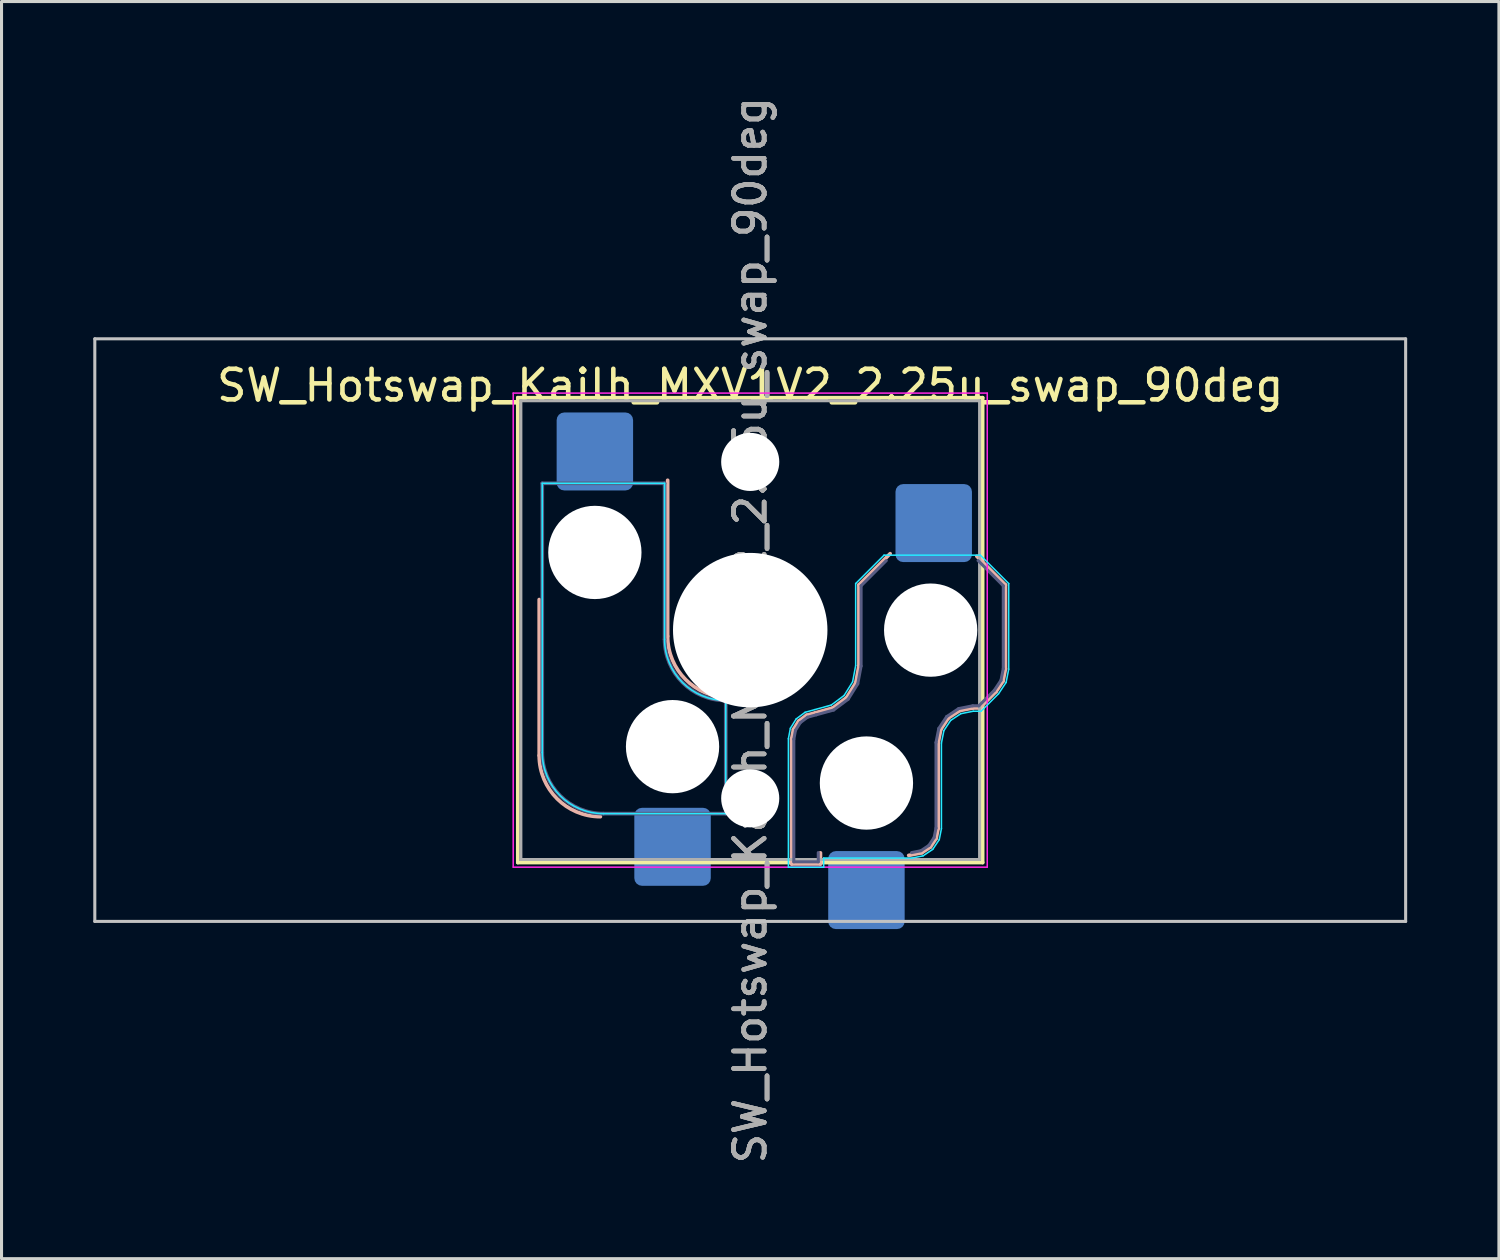
<source format=kicad_pcb>
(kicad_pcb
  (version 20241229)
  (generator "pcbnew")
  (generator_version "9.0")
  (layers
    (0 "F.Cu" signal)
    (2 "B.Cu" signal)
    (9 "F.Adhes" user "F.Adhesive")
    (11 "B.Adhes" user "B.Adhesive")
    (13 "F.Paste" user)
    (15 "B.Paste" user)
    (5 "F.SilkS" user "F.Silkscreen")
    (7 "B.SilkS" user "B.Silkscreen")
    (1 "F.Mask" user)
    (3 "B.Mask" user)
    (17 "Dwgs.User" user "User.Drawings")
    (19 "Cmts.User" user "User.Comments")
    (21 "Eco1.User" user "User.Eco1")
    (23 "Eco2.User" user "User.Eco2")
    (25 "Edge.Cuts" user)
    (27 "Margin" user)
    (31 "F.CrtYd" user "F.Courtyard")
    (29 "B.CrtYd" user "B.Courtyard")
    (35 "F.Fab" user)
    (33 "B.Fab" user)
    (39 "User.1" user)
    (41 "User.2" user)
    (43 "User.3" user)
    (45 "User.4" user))
  (footprint "SW_Hotswap_Kailh_MXV1V2_2.25u_swap_90deg"
    (layer "F.Cu")
    (at 21.481 17.554)
    (property "Reference" "SW_Hotswap_Kailh_MXV1V2_2.25u_swap_90deg" (at 0 -8 0) (layer "F.SilkS") (effects (font (size 1 1) (thickness 0.15))))
    (attr smd)
    (fp_line (start -7.6 -7.6) (end -7.6 7.6) (stroke (width 0.12) (type solid)) (layer "F.SilkS"))
    (fp_line (start -7.6 7.6) (end 7.6 7.6) (stroke (width 0.12) (type solid)) (layer "F.SilkS"))
    (fp_line (start 7.6 -7.6) (end -7.6 -7.6) (stroke (width 0.12) (type solid)) (layer "F.SilkS"))
    (fp_line (start 7.6 7.6) (end 7.6 -7.6) (stroke (width 0.12) (type solid)) (layer "F.SilkS"))
    (fp_line (start -6.9 4.1) (end -6.9 -1) (stroke (width 0.12) (type solid)) (layer "B.SilkS"))
    (fp_line (start -2.7 0.2) (end -2.7 -4.9) (stroke (width 0.12) (type solid)) (layer "B.SilkS"))
    (fp_line (start 1.354 3.56) (end 1.413 3.25) (stroke (width 0.12) (type solid)) (layer "B.SilkS"))
    (fp_line (start 1.354 7.646) (end 1.354 3.56) (stroke (width 0.12) (type solid)) (layer "B.SilkS"))
    (fp_line (start 1.413 3.25) (end 1.583 2.976) (stroke (width 0.12) (type solid)) (layer "B.SilkS"))
    (fp_line (start 1.583 2.976) (end 1.841 2.783) (stroke (width 0.12) (type solid)) (layer "B.SilkS"))
    (fp_line (start 1.841 2.783) (end 2.139 2.701) (stroke (width 0.12) (type solid)) (layer "B.SilkS"))
    (fp_line (start 2.139 2.701) (end 2.697 2.547) (stroke (width 0.12) (type solid)) (layer "B.SilkS"))
    (fp_line (start 2.296 7.283) (end 2.296 7.646) (stroke (width 0.12) (type solid)) (layer "B.SilkS"))
    (fp_line (start 2.296 7.646) (end 1.354 7.646) (stroke (width 0.12) (type solid)) (layer "B.SilkS"))
    (fp_line (start 2.697 2.547) (end 3.15 2.209) (stroke (width 0.12) (type solid)) (layer "B.SilkS"))
    (fp_line (start 3.15 2.209) (end 3.449 1.73) (stroke (width 0.12) (type solid)) (layer "B.SilkS"))
    (fp_line (start 3.449 1.73) (end 3.554 1.168) (stroke (width 0.12) (type solid)) (layer "B.SilkS"))
    (fp_line (start 3.554 -1.479) (end 4.575 -2.5) (stroke (width 0.12) (type solid)) (layer "B.SilkS"))
    (fp_line (start 3.554 1.168) (end 3.554 -1.479) (stroke (width 0.12) (type solid)) (layer "B.SilkS"))
    (fp_line (start 5.609 7.281) (end 5.182 7.366) (stroke (width 0.12) (type solid)) (layer "B.SilkS"))
    (fp_line (start 5.892 7.092) (end 5.609 7.281) (stroke (width 0.12) (type solid)) (layer "B.SilkS"))
    (fp_line (start 6.081 6.809) (end 5.892 7.092) (stroke (width 0.12) (type solid)) (layer "B.SilkS"))
    (fp_line (start 6.146 3.682) (end 6.146 6.482) (stroke (width 0.12) (type solid)) (layer "B.SilkS"))
    (fp_line (start 6.146 6.482) (end 6.081 6.809) (stroke (width 0.12) (type solid)) (layer "B.SilkS"))
    (fp_line (start 6.233 3.244) (end 6.146 3.682) (stroke (width 0.12) (type solid)) (layer "B.SilkS"))
    (fp_line (start 6.477 2.877) (end 6.233 3.244) (stroke (width 0.12) (type solid)) (layer "B.SilkS"))
    (fp_line (start 6.844 2.633) (end 6.477 2.877) (stroke (width 0.12) (type solid)) (layer "B.SilkS"))
    (fp_line (start 7.282 2.546) (end 6.844 2.633) (stroke (width 0.12) (type solid)) (layer "B.SilkS"))
    (fp_line (start 7.409 -2.416) (end 8.346 -1.479) (stroke (width 0.12) (type solid)) (layer "B.SilkS"))
    (fp_line (start 7.504 2.546) (end 7.282 2.546) (stroke (width 0.12) (type solid)) (layer "B.SilkS"))
    (fp_line (start 8.037 2.013) (end 7.504 2.546) (stroke (width 0.12) (type solid)) (layer "B.SilkS"))
    (fp_line (start 8.266 1.671) (end 8.037 2.013) (stroke (width 0.12) (type solid)) (layer "B.SilkS"))
    (fp_line (start 8.346 -1.479) (end 8.346 1.268) (stroke (width 0.12) (type solid)) (layer "B.SilkS"))
    (fp_line (start 8.346 1.268) (end 8.266 1.671) (stroke (width 0.12) (type solid)) (layer "B.SilkS"))
    (fp_arc (start -4.9 6.1) (mid -6.314214 5.514214) (end -6.9 4.1) (stroke (width 0.12) (type solid)) (layer "B.SilkS"))
    (fp_arc (start -0.7 2.2) (mid -2.114214 1.614214) (end -2.7 0.2) (stroke (width 0.12) (type solid)) (layer "B.SilkS"))
    (fp_line (start -21.431 -9.525) (end -21.431 9.525) (stroke (width 0.1) (type solid)) (layer "Dwgs.User"))
    (fp_line (start -21.431 9.525) (end 21.431 9.525) (stroke (width 0.1) (type solid)) (layer "Dwgs.User"))
    (fp_line (start 21.431 -9.525) (end -21.431 -9.525) (stroke (width 0.1) (type solid)) (layer "Dwgs.User"))
    (fp_line (start 21.431 9.525) (end 21.431 -9.525) (stroke (width 0.1) (type solid)) (layer "Dwgs.User"))
    (fp_line (start -6.8 -4.8) (end -2.8 -4.8) (stroke (width 0.05) (type solid)) (layer "B.CrtYd"))
    (fp_line (start -6.8 4) (end -6.8 -4.8) (stroke (width 0.05) (type solid)) (layer "B.CrtYd"))
    (fp_line (start -2.8 0.3) (end -2.8 -4.8) (stroke (width 0.05) (type solid)) (layer "B.CrtYd"))
    (fp_line (start -0.8 6) (end -4.8 6) (stroke (width 0.05) (type solid)) (layer "B.CrtYd"))
    (fp_line (start -0.8 6) (end -0.8 2.3) (stroke (width 0.05) (type solid)) (layer "B.CrtYd"))
    (fp_line (start 1.248 3.55) (end 1.312 3.211) (stroke (width 0.05) (type solid)) (layer "B.CrtYd"))
    (fp_line (start 1.248 7.752) (end 1.248 3.55) (stroke (width 0.05) (type solid)) (layer "B.CrtYd"))
    (fp_line (start 1.312 3.211) (end 1.503 2.903) (stroke (width 0.05) (type solid)) (layer "B.CrtYd"))
    (fp_line (start 1.503 2.903) (end 1.794 2.687) (stroke (width 0.05) (type solid)) (layer "B.CrtYd"))
    (fp_line (start 1.794 2.687) (end 2.111 2.599) (stroke (width 0.05) (type solid)) (layer "B.CrtYd"))
    (fp_line (start 2.111 2.599) (end 2.65 2.45) (stroke (width 0.05) (type solid)) (layer "B.CrtYd"))
    (fp_line (start 2.402 7.452) (end 2.402 7.752) (stroke (width 0.05) (type solid)) (layer "B.CrtYd"))
    (fp_line (start 2.402 7.752) (end 1.248 7.752) (stroke (width 0.05) (type solid)) (layer "B.CrtYd"))
    (fp_line (start 2.65 2.45) (end 3.071 2.136) (stroke (width 0.05) (type solid)) (layer "B.CrtYd"))
    (fp_line (start 3.071 2.136) (end 3.348 1.691) (stroke (width 0.05) (type solid)) (layer "B.CrtYd"))
    (fp_line (start 3.348 1.691) (end 3.448 1.159) (stroke (width 0.05) (type solid)) (layer "B.CrtYd"))
    (fp_line (start 3.448 -1.523) (end 4.377 -2.452) (stroke (width 0.05) (type solid)) (layer "B.CrtYd"))
    (fp_line (start 3.448 1.159) (end 3.448 -1.523) (stroke (width 0.05) (type solid)) (layer "B.CrtYd"))
    (fp_line (start 4.377 -2.452) (end 7.523 -2.452) (stroke (width 0.05) (type solid)) (layer "B.CrtYd"))
    (fp_line (start 5.292 7.452) (end 2.402 7.452) (stroke (width 0.05) (type solid)) (layer "B.CrtYd"))
    (fp_line (start 5.65 7.381) (end 5.292 7.452) (stroke (width 0.05) (type solid)) (layer "B.CrtYd"))
    (fp_line (start 5.968 7.168) (end 5.65 7.381) (stroke (width 0.05) (type solid)) (layer "B.CrtYd"))
    (fp_line (start 6.181 6.85) (end 5.968 7.168) (stroke (width 0.05) (type solid)) (layer "B.CrtYd"))
    (fp_line (start 6.252 3.692) (end 6.252 6.492) (stroke (width 0.05) (type solid)) (layer "B.CrtYd"))
    (fp_line (start 6.252 6.492) (end 6.181 6.85) (stroke (width 0.05) (type solid)) (layer "B.CrtYd"))
    (fp_line (start 6.333 3.285) (end 6.252 3.692) (stroke (width 0.05) (type solid)) (layer "B.CrtYd"))
    (fp_line (start 6.553 2.953) (end 6.333 3.285) (stroke (width 0.05) (type solid)) (layer "B.CrtYd"))
    (fp_line (start 6.885 2.733) (end 6.553 2.953) (stroke (width 0.05) (type solid)) (layer "B.CrtYd"))
    (fp_line (start 7.292 2.652) (end 6.885 2.733) (stroke (width 0.05) (type solid)) (layer "B.CrtYd"))
    (fp_line (start 7.523 -2.452) (end 8.452 -1.523) (stroke (width 0.05) (type solid)) (layer "B.CrtYd"))
    (fp_line (start 7.548 2.652) (end 7.292 2.652) (stroke (width 0.05) (type solid)) (layer "B.CrtYd"))
    (fp_line (start 8.119 2.081) (end 7.548 2.652) (stroke (width 0.05) (type solid)) (layer "B.CrtYd"))
    (fp_line (start 8.366 1.712) (end 8.119 2.081) (stroke (width 0.05) (type solid)) (layer "B.CrtYd"))
    (fp_line (start 8.452 -1.523) (end 8.452 1.278) (stroke (width 0.05) (type solid)) (layer "B.CrtYd"))
    (fp_line (start 8.452 1.278) (end 8.366 1.712) (stroke (width 0.05) (type solid)) (layer "B.CrtYd"))
    (fp_arc (start -4.8 6) (mid -6.214214 5.414214) (end -6.8 4) (stroke (width 0.05) (type solid)) (layer "B.CrtYd"))
    (fp_arc (start -0.8 2.3) (mid -2.214214 1.714214) (end -2.8 0.3) (stroke (width 0.05) (type solid)) (layer "B.CrtYd"))
    (fp_line (start -7.75 -7.75) (end -7.75 7.75) (stroke (width 0.05) (type solid)) (layer "F.CrtYd"))
    (fp_line (start -7.75 7.75) (end 7.75 7.75) (stroke (width 0.05) (type solid)) (layer "F.CrtYd"))
    (fp_line (start 7.75 -7.75) (end -7.75 -7.75) (stroke (width 0.05) (type solid)) (layer "F.CrtYd"))
    (fp_line (start 7.75 7.75) (end 7.75 -7.75) (stroke (width 0.05) (type solid)) (layer "F.CrtYd"))
    (fp_line (start -6.8 -4.8) (end -2.8 -4.8) (stroke (width 0.12) (type solid)) (layer "B.Fab"))
    (fp_line (start -6.8 4) (end -6.8 -4.8) (stroke (width 0.12) (type solid)) (layer "B.Fab"))
    (fp_line (start -2.8 0.3) (end -2.8 -4.8) (stroke (width 0.12) (type solid)) (layer "B.Fab"))
    (fp_line (start -0.8 6) (end -4.8 6) (stroke (width 0.12) (type solid)) (layer "B.Fab"))
    (fp_line (start -0.8 6) (end -0.8 2.3) (stroke (width 0.12) (type solid)) (layer "B.Fab"))
    (fp_line (start 1.425 3.567) (end 1.48 3.276) (stroke (width 0.1) (type solid)) (layer "B.Fab"))
    (fp_line (start 1.425 7.575) (end 1.425 3.567) (stroke (width 0.1) (type solid)) (layer "B.Fab"))
    (fp_line (start 1.48 3.276) (end 1.636 3.025) (stroke (width 0.1) (type solid)) (layer "B.Fab"))
    (fp_line (start 1.636 3.025) (end 1.873 2.848) (stroke (width 0.1) (type solid)) (layer "B.Fab"))
    (fp_line (start 1.873 2.848) (end 2.158 2.769) (stroke (width 0.1) (type solid)) (layer "B.Fab"))
    (fp_line (start 2.158 2.769) (end 2.729 2.612) (stroke (width 0.1) (type solid)) (layer "B.Fab"))
    (fp_line (start 2.225 7.275) (end 2.225 7.575) (stroke (width 0.1) (type solid)) (layer "B.Fab"))
    (fp_line (start 2.225 7.575) (end 1.425 7.575) (stroke (width 0.1) (type solid)) (layer "B.Fab"))
    (fp_line (start 2.729 2.612) (end 3.203 2.258) (stroke (width 0.1) (type solid)) (layer "B.Fab"))
    (fp_line (start 3.203 2.258) (end 3.516 1.756) (stroke (width 0.1) (type solid)) (layer "B.Fab"))
    (fp_line (start 3.516 1.756) (end 3.625 1.175) (stroke (width 0.1) (type solid)) (layer "B.Fab"))
    (fp_line (start 3.625 -1.45) (end 4.45 -2.275) (stroke (width 0.1) (type solid)) (layer "B.Fab"))
    (fp_line (start 3.625 1.175) (end 3.625 -1.45) (stroke (width 0.1) (type solid)) (layer "B.Fab"))
    (fp_line (start 5.581 7.214) (end 5.275 7.275) (stroke (width 0.1) (type solid)) (layer "B.Fab"))
    (fp_line (start 5.841 7.041) (end 5.581 7.214) (stroke (width 0.1) (type solid)) (layer "B.Fab"))
    (fp_line (start 6.014 6.781) (end 5.841 7.041) (stroke (width 0.1) (type solid)) (layer "B.Fab"))
    (fp_line (start 6.075 3.675) (end 6.075 6.475) (stroke (width 0.1) (type solid)) (layer "B.Fab"))
    (fp_line (start 6.075 6.475) (end 6.014 6.781) (stroke (width 0.1) (type solid)) (layer "B.Fab"))
    (fp_line (start 6.166 3.216) (end 6.075 3.675) (stroke (width 0.1) (type solid)) (layer "B.Fab"))
    (fp_line (start 6.426 2.826) (end 6.166 3.216) (stroke (width 0.1) (type solid)) (layer "B.Fab"))
    (fp_line (start 6.816 2.566) (end 6.426 2.826) (stroke (width 0.1) (type solid)) (layer "B.Fab"))
    (fp_line (start 7.275 2.475) (end 6.816 2.566) (stroke (width 0.1) (type solid)) (layer "B.Fab"))
    (fp_line (start 7.45 -2.275) (end 8.275 -1.45) (stroke (width 0.1) (type solid)) (layer "B.Fab"))
    (fp_line (start 7.475 2.475) (end 7.275 2.475) (stroke (width 0.1) (type solid)) (layer "B.Fab"))
    (fp_line (start 7.982 1.968) (end 7.475 2.475) (stroke (width 0.1) (type solid)) (layer "B.Fab"))
    (fp_line (start 8.199 1.643) (end 7.982 1.968) (stroke (width 0.1) (type solid)) (layer "B.Fab"))
    (fp_line (start 8.275 -1.45) (end 8.275 1.261) (stroke (width 0.1) (type solid)) (layer "B.Fab"))
    (fp_line (start 8.275 1.261) (end 8.199 1.643) (stroke (width 0.1) (type solid)) (layer "B.Fab"))
    (fp_arc (start -4.8 6) (mid -6.214214 5.414214) (end -6.8 4) (stroke (width 0.12) (type solid)) (layer "B.Fab"))
    (fp_arc (start -0.8 2.3) (mid -2.214214 1.714214) (end -2.8 0.3) (stroke (width 0.12) (type solid)) (layer "B.Fab"))
    (fp_line (start -7.5 -7.5) (end -7.5 7.5) (stroke (width 0.1) (type solid)) (layer "F.Fab"))
    (fp_line (start -7.5 7.5) (end 7.5 7.5) (stroke (width 0.1) (type solid)) (layer "F.Fab"))
    (fp_line (start 7.5 -7.5) (end -7.5 -7.5) (stroke (width 0.1) (type solid)) (layer "F.Fab"))
    (fp_line (start 7.5 7.5) (end 7.5 -7.5) (stroke (width 0.1) (type solid)) (layer "F.Fab"))
    (fp_text user "${REFERENCE}" (at 0 0 270) (layer "F.Fab") (effects (font (size 1 1) (thickness 0.15))))
    (fp_text user "${REFERENCE}" (at 0 0 90) (layer "F.Fab") (effects (font (size 1 1) (thickness 0.15))))
    (fp_text user "${REFERENCE}" (at 0 0 270) (layer "F.Fab") (effects (font (size 1 1) (thickness 0.15))))
    (pad "" np_thru_hole circle (at -5.08 -2.54 90) (size 3.05 3.05) (drill 3.05) (layers "*.Cu" "*.Mask"))
    (pad "" np_thru_hole circle (at -2.54 3.81 90) (size 3.05 3.05) (drill 3.05) (layers "*.Cu" "*.Mask"))
    (pad "" np_thru_hole circle (at 0 -5.5 270) (size 1.9 1.9) (drill 1.9) (layers "*.Cu" "*.Mask"))
    (pad "" np_thru_hole circle (at 0 0 270) (size 5.05 5.05) (drill 5.05) (layers "*.Cu" "*.Mask"))
    (pad "" np_thru_hole circle (at 0 5.5 270) (size 1.9 1.9) (drill 1.9) (layers "*.Cu" "*.Mask"))
    (pad "" np_thru_hole circle (at 3.8 5 270) (size 3.05 3.05) (drill 3.05) (layers "*.Cu" "*.Mask"))
    (pad "" np_thru_hole circle (at 5.9 0 270) (size 3.05 3.05) (drill 3.05) (layers "*.Cu" "*.Mask"))
    (pad "1" smd roundrect (at -2.54 7.085 90) (size 2.55 2.5) (layers "B.Cu" "B.Mask" "B.Paste") (roundrect_rratio 0.1))
    (pad "1" smd roundrect (at 3.8 8.5 270) (size 2.55 2.5) (layers "B.Cu" "B.Mask" "B.Paste") (roundrect_rratio 0.1))
    (pad "2" smd roundrect (at -5.08 -5.842 90) (size 2.55 2.5) (layers "B.Cu" "B.Mask" "B.Paste") (roundrect_rratio 0.1))
    (pad "2" smd roundrect (at 6 -3.5 270) (size 2.55 2.5) (layers "B.Cu" "B.Mask" "B.Paste") (roundrect_rratio 0.1)))
  (gr_rect
    (start -3 -3)
    (end 45.962 38.107)
    (stroke (width 0.1) (type default))
    (fill no)
    (layer "Edge.Cuts")))
</source>
